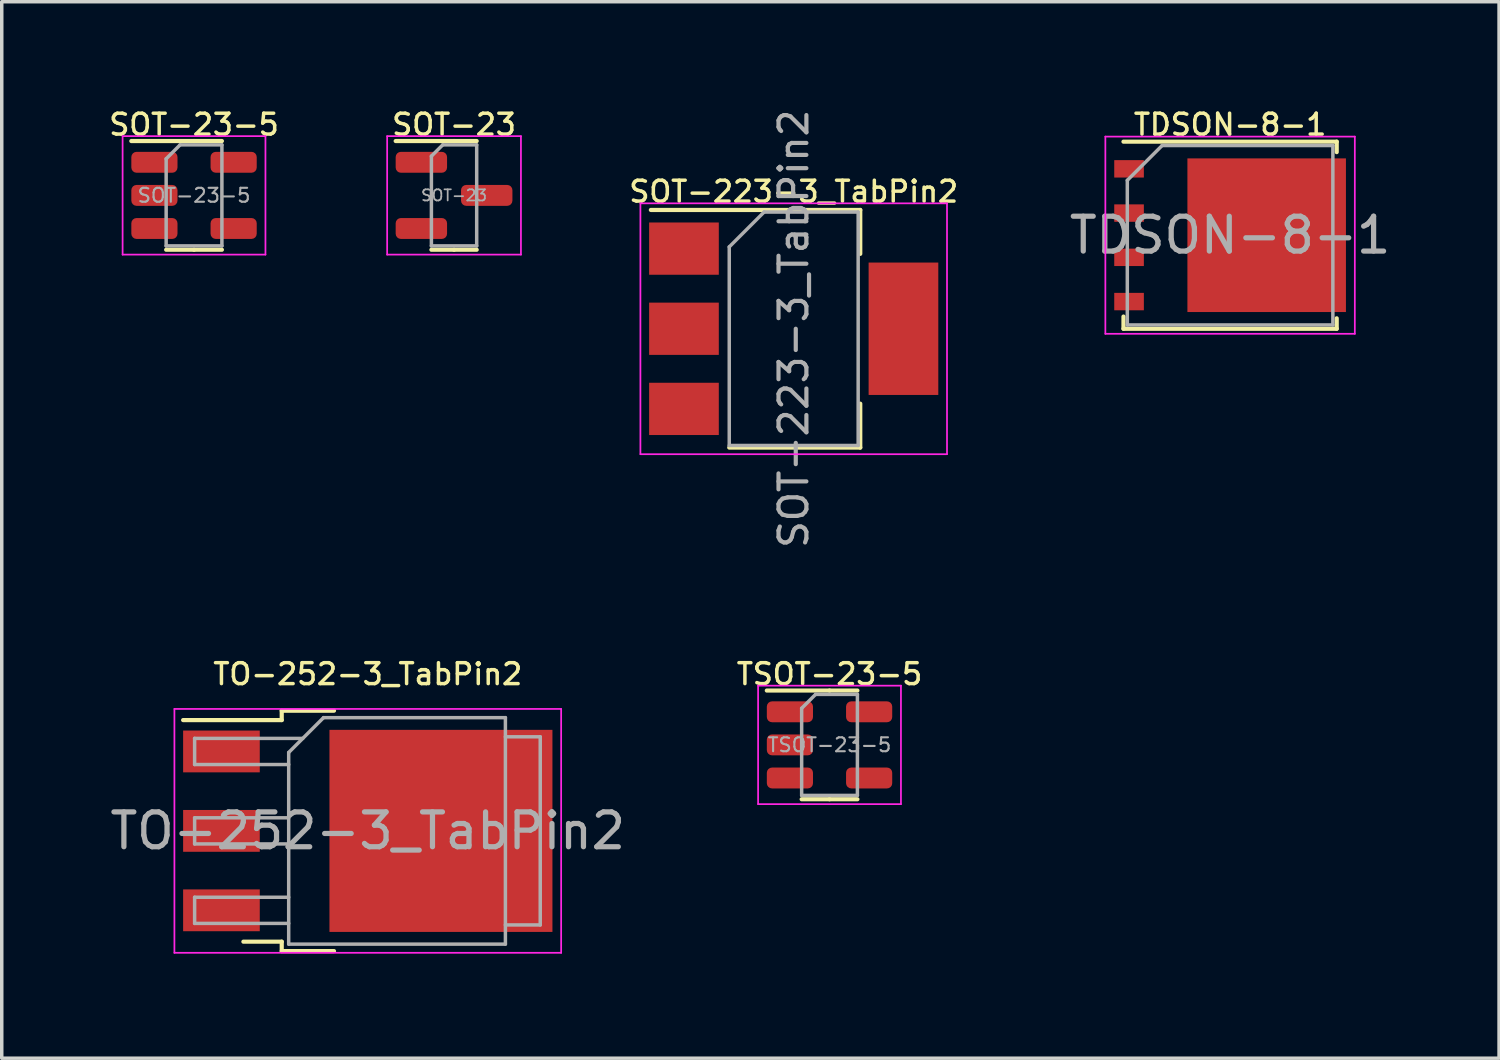
<source format=kicad_pcb>
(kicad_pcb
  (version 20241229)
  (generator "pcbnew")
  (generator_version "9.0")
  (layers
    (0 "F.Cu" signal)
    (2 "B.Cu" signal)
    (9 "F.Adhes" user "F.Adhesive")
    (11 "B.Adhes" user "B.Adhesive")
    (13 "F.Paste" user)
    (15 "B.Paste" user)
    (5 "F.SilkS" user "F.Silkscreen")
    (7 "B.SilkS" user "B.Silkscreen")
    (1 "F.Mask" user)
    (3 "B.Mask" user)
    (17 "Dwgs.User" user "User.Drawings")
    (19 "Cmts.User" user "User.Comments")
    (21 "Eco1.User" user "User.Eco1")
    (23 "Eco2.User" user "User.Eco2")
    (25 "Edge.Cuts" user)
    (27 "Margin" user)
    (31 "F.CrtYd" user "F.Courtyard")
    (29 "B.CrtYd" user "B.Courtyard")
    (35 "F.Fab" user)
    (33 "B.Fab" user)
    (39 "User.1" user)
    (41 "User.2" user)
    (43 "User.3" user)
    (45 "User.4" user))
  (footprint "TSOT-23-5"
    (layer "F.Cu")
    (at 20.759 18.33)
    (property "Reference" "TSOT-23-5" (at 0 -2.032 0) (layer "F.SilkS") (effects (font (size 0.6 0.6) (thickness 0.1))))
    (attr smd)
    (fp_line (start 0 -1.56) (end -1.8 -1.56) (stroke (width 0.12) (type solid)) (layer "F.SilkS"))
    (fp_line (start 0 -1.56) (end 0.8 -1.56) (stroke (width 0.12) (type solid)) (layer "F.SilkS"))
    (fp_line (start 0 1.56) (end -0.8 1.56) (stroke (width 0.12) (type solid)) (layer "F.SilkS"))
    (fp_line (start 0 1.56) (end 0.8 1.56) (stroke (width 0.12) (type solid)) (layer "F.SilkS"))
    (fp_line (start -2.05 -1.7) (end -2.05 1.7) (stroke (width 0.05) (type solid)) (layer "F.CrtYd"))
    (fp_line (start -2.05 1.7) (end 2.05 1.7) (stroke (width 0.05) (type solid)) (layer "F.CrtYd"))
    (fp_line (start 2.05 -1.7) (end -2.05 -1.7) (stroke (width 0.05) (type solid)) (layer "F.CrtYd"))
    (fp_line (start 2.05 1.7) (end 2.05 -1.7) (stroke (width 0.05) (type solid)) (layer "F.CrtYd"))
    (fp_line (start -0.8 -1.05) (end -0.4 -1.45) (stroke (width 0.1) (type solid)) (layer "F.Fab"))
    (fp_line (start -0.8 1.45) (end -0.8 -1.05) (stroke (width 0.1) (type solid)) (layer "F.Fab"))
    (fp_line (start -0.4 -1.45) (end 0.8 -1.45) (stroke (width 0.1) (type solid)) (layer "F.Fab"))
    (fp_line (start 0.8 -1.45) (end 0.8 1.45) (stroke (width 0.1) (type solid)) (layer "F.Fab"))
    (fp_line (start 0.8 1.45) (end -0.8 1.45) (stroke (width 0.1) (type solid)) (layer "F.Fab"))
    (fp_text user "${REFERENCE}" (at 0 0 0) (layer "F.Fab") (effects (font (size 0.4 0.4) (thickness 0.06))))
    (pad "1" smd roundrect (at -1.137 -0.95) (size 1.325 0.6) (layers "F.Cu" "F.Mask" "F.Paste") (roundrect_rratio 0.25))
    (pad "2" smd roundrect (at -1.137 0) (size 1.325 0.6) (layers "F.Cu" "F.Mask" "F.Paste") (roundrect_rratio 0.25))
    (pad "3" smd roundrect (at -1.137 0.95) (size 1.325 0.6) (layers "F.Cu" "F.Mask" "F.Paste") (roundrect_rratio 0.25))
    (pad "4" smd roundrect (at 1.137 0.95) (size 1.325 0.6) (layers "F.Cu" "F.Mask" "F.Paste") (roundrect_rratio 0.25))
    (pad "5" smd roundrect (at 1.137 -0.95) (size 1.325 0.6) (layers "F.Cu" "F.Mask" "F.Paste") (roundrect_rratio 0.25)))
  (footprint "SOT-23"
    (layer "F.Cu")
    (at 9.982 2.558)
    (property "Reference" "SOT-23" (at 0 -2.032 0) (layer "F.SilkS") (effects (font (size 0.6 0.6) (thickness 0.1))))
    (attr smd)
    (fp_line (start 0 -1.56) (end -1.675 -1.56) (stroke (width 0.12) (type solid)) (layer "F.SilkS"))
    (fp_line (start 0 -1.56) (end 0.65 -1.56) (stroke (width 0.12) (type solid)) (layer "F.SilkS"))
    (fp_line (start 0 1.56) (end -0.65 1.56) (stroke (width 0.12) (type solid)) (layer "F.SilkS"))
    (fp_line (start 0 1.56) (end 0.65 1.56) (stroke (width 0.12) (type solid)) (layer "F.SilkS"))
    (fp_line (start -1.92 -1.7) (end -1.92 1.7) (stroke (width 0.05) (type solid)) (layer "F.CrtYd"))
    (fp_line (start -1.92 1.7) (end 1.92 1.7) (stroke (width 0.05) (type solid)) (layer "F.CrtYd"))
    (fp_line (start 1.92 -1.7) (end -1.92 -1.7) (stroke (width 0.05) (type solid)) (layer "F.CrtYd"))
    (fp_line (start 1.92 1.7) (end 1.92 -1.7) (stroke (width 0.05) (type solid)) (layer "F.CrtYd"))
    (fp_line (start -0.65 -1.125) (end -0.325 -1.45) (stroke (width 0.1) (type solid)) (layer "F.Fab"))
    (fp_line (start -0.65 1.45) (end -0.65 -1.125) (stroke (width 0.1) (type solid)) (layer "F.Fab"))
    (fp_line (start -0.325 -1.45) (end 0.65 -1.45) (stroke (width 0.1) (type solid)) (layer "F.Fab"))
    (fp_line (start 0.65 -1.45) (end 0.65 1.45) (stroke (width 0.1) (type solid)) (layer "F.Fab"))
    (fp_line (start 0.65 1.45) (end -0.65 1.45) (stroke (width 0.1) (type solid)) (layer "F.Fab"))
    (fp_text user "${REFERENCE}" (at 0 0 0) (layer "F.Fab") (effects (font (size 0.32 0.32) (thickness 0.05))))
    (pad "1" smd roundrect (at -0.938 -0.95) (size 1.475 0.6) (layers "F.Cu" "F.Mask" "F.Paste") (roundrect_rratio 0.25))
    (pad "2" smd roundrect (at -0.938 0.95) (size 1.475 0.6) (layers "F.Cu" "F.Mask" "F.Paste") (roundrect_rratio 0.25))
    (pad "3" smd roundrect (at 0.938 0) (size 1.475 0.6) (layers "F.Cu" "F.Mask" "F.Paste") (roundrect_rratio 0.25)))
  (footprint "TDSON-8-1"
    (layer "F.Cu")
    (at 32.256 3.701)
    (property "Reference" "TDSON-8-1" (at 0 -3.175 0) (layer "F.SilkS") (effects (font (size 0.6 0.6) (thickness 0.1))))
    (attr smd)
    (fp_line (start -3.06 2.335) (end -3.06 2.685) (stroke (width 0.12) (type solid)) (layer "F.SilkS"))
    (fp_line (start 3.06 -2.685) (end -3.06 -2.685) (stroke (width 0.12) (type solid)) (layer "F.SilkS"))
    (fp_line (start 3.06 -2.385) (end 3.06 -2.685) (stroke (width 0.12) (type solid)) (layer "F.SilkS"))
    (fp_line (start 3.06 2.385) (end 3.06 2.685) (stroke (width 0.12) (type solid)) (layer "F.SilkS"))
    (fp_line (start 3.06 2.685) (end -3.06 2.685) (stroke (width 0.12) (type solid)) (layer "F.SilkS"))
    (fp_line (start -3.58 -2.83) (end -3.58 2.83) (stroke (width 0.05) (type solid)) (layer "F.CrtYd"))
    (fp_line (start -3.58 2.83) (end 3.58 2.83) (stroke (width 0.05) (type solid)) (layer "F.CrtYd"))
    (fp_line (start 3.58 -2.83) (end -3.58 -2.83) (stroke (width 0.05) (type solid)) (layer "F.CrtYd"))
    (fp_line (start 3.58 2.83) (end 3.58 -2.83) (stroke (width 0.05) (type solid)) (layer "F.CrtYd"))
    (fp_line (start -2.95 2.575) (end -2.95 -1.575) (stroke (width 0.1) (type solid)) (layer "F.Fab"))
    (fp_line (start -1.95 -2.575) (end -2.95 -1.575) (stroke (width 0.1) (type solid)) (layer "F.Fab"))
    (fp_line (start -1.95 -2.575) (end 2.95 -2.575) (stroke (width 0.1) (type solid)) (layer "F.Fab"))
    (fp_line (start 2.95 -2.575) (end 2.95 2.575) (stroke (width 0.1) (type solid)) (layer "F.Fab"))
    (fp_line (start 2.95 2.575) (end -2.95 2.575) (stroke (width 0.1) (type solid)) (layer "F.Fab"))
    (fp_text user "${REFERENCE}" (at 0 0 0) (layer "F.Fab") (effects (font (size 1 1) (thickness 0.15))))
    (pad "" smd rect (at -0.2 -0.85) (size 1.5 1.5) (layers "F.Paste"))
    (pad "" smd rect (at -0.2 0.85) (size 1.5 1.5) (layers "F.Paste"))
    (pad "" smd custom (at 0.65 0) (size 3.75 4.41) (layers "F.Mask") (options (anchor rect)) (primitives (gr_poly (pts (xy 2.675 -1.605) (xy 1.875 -1.605) (xy 1.875 -2.205) (xy 2.675 -2.205)) (width 0) (fill yes)) (gr_poly (pts (xy 2.675 -0.335) (xy 1.875 -0.335) (xy 1.875 -0.935) (xy 2.675 -0.935)) (width 0) (fill yes)) (gr_poly (pts (xy 2.675 0.935) (xy 1.875 0.935) (xy 1.875 0.335) (xy 2.675 0.335)) (width 0) (fill yes)) (gr_poly (pts (xy 2.675 2.205) (xy 1.875 2.205) (xy 1.875 1.605) (xy 2.675 1.605)) (width 0) (fill yes))))
    (pad "" smd rect (at 1.5 -0.85) (size 1.5 1.5) (layers "F.Paste"))
    (pad "" smd rect (at 1.5 0.85) (size 1.5 1.5) (layers "F.Paste"))
    (pad "" smd rect (at 2.905 -1.905) (size 0.75 0.5) (layers "F.Paste"))
    (pad "" smd rect (at 2.905 -0.635) (size 0.75 0.5) (layers "F.Paste"))
    (pad "" smd rect (at 2.905 0.635) (size 0.75 0.5) (layers "F.Paste"))
    (pad "" smd rect (at 2.905 1.905) (size 0.75 0.5) (layers "F.Paste"))
    (pad "1" smd rect (at -2.9 -1.905) (size 0.85 0.5) (layers "F.Cu" "F.Mask" "F.Paste"))
    (pad "2" smd rect (at -2.9 -0.635) (size 0.85 0.5) (layers "F.Cu" "F.Mask" "F.Paste"))
    (pad "3" smd rect (at -2.9 0.635) (size 0.85 0.5) (layers "F.Cu" "F.Mask" "F.Paste"))
    (pad "4" smd rect (at -2.9 1.905) (size 0.85 0.5) (layers "F.Cu" "F.Mask" "F.Paste"))
    (pad "5" smd rect (at 1.05 0) (size 4.55 4.41) (layers "F.Cu")))
  (footprint "TO-252-3_TabPin2"
    (layer "F.Cu")
    (at 7.506 20.798)
    (property "Reference" "TO-252-3_TabPin2" (at 0 -4.5 0) (layer "F.SilkS") (effects (font (size 0.6 0.6) (thickness 0.1))))
    (attr smd)
    (fp_line (start -2.47 -3.45) (end -2.47 -3.18) (stroke (width 0.12) (type solid)) (layer "F.SilkS"))
    (fp_line (start -2.47 -3.18) (end -5.3 -3.18) (stroke (width 0.12) (type solid)) (layer "F.SilkS"))
    (fp_line (start -2.47 3.18) (end -3.57 3.18) (stroke (width 0.12) (type solid)) (layer "F.SilkS"))
    (fp_line (start -2.47 3.45) (end -2.47 3.18) (stroke (width 0.12) (type solid)) (layer "F.SilkS"))
    (fp_line (start -0.97 -3.45) (end -2.47 -3.45) (stroke (width 0.12) (type solid)) (layer "F.SilkS"))
    (fp_line (start -0.97 3.45) (end -2.47 3.45) (stroke (width 0.12) (type solid)) (layer "F.SilkS"))
    (fp_line (start -5.55 -3.5) (end -5.55 3.5) (stroke (width 0.05) (type solid)) (layer "F.CrtYd"))
    (fp_line (start -5.55 3.5) (end 5.55 3.5) (stroke (width 0.05) (type solid)) (layer "F.CrtYd"))
    (fp_line (start 5.55 -3.5) (end -5.55 -3.5) (stroke (width 0.05) (type solid)) (layer "F.CrtYd"))
    (fp_line (start 5.55 3.5) (end 5.55 -3.5) (stroke (width 0.05) (type solid)) (layer "F.CrtYd"))
    (fp_line (start -4.97 -2.655) (end -4.97 -1.905) (stroke (width 0.1) (type solid)) (layer "F.Fab"))
    (fp_line (start -4.97 -1.905) (end -2.27 -1.905) (stroke (width 0.1) (type solid)) (layer "F.Fab"))
    (fp_line (start -4.97 -0.375) (end -4.97 0.375) (stroke (width 0.1) (type solid)) (layer "F.Fab"))
    (fp_line (start -4.97 0.375) (end -2.27 0.375) (stroke (width 0.1) (type solid)) (layer "F.Fab"))
    (fp_line (start -4.97 1.905) (end -4.97 2.655) (stroke (width 0.1) (type solid)) (layer "F.Fab"))
    (fp_line (start -4.97 2.655) (end -2.27 2.655) (stroke (width 0.1) (type solid)) (layer "F.Fab"))
    (fp_line (start -2.27 -2.25) (end -1.27 -3.25) (stroke (width 0.1) (type solid)) (layer "F.Fab"))
    (fp_line (start -2.27 -0.375) (end -4.97 -0.375) (stroke (width 0.1) (type solid)) (layer "F.Fab"))
    (fp_line (start -2.27 1.905) (end -4.97 1.905) (stroke (width 0.1) (type solid)) (layer "F.Fab"))
    (fp_line (start -2.27 3.25) (end -2.27 -2.25) (stroke (width 0.1) (type solid)) (layer "F.Fab"))
    (fp_line (start -1.865 -2.655) (end -4.97 -2.655) (stroke (width 0.1) (type solid)) (layer "F.Fab"))
    (fp_line (start -1.27 -3.25) (end 3.95 -3.25) (stroke (width 0.1) (type solid)) (layer "F.Fab"))
    (fp_line (start 3.95 -3.25) (end 3.95 3.25) (stroke (width 0.1) (type solid)) (layer "F.Fab"))
    (fp_line (start 3.95 -2.7) (end 4.95 -2.7) (stroke (width 0.1) (type solid)) (layer "F.Fab"))
    (fp_line (start 3.95 3.25) (end -2.27 3.25) (stroke (width 0.1) (type solid)) (layer "F.Fab"))
    (fp_line (start 4.95 -2.7) (end 4.95 2.7) (stroke (width 0.1) (type solid)) (layer "F.Fab"))
    (fp_line (start 4.95 2.7) (end 3.95 2.7) (stroke (width 0.1) (type solid)) (layer "F.Fab"))
    (fp_text user "${REFERENCE}" (at 0 0 0) (layer "F.Fab") (effects (font (size 1 1) (thickness 0.15))))
    (pad "" smd rect (at 0.425 -1.525) (size 3.05 2.75) (layers "F.Paste"))
    (pad "" smd rect (at 0.425 1.525) (size 3.05 2.75) (layers "F.Paste"))
    (pad "" smd rect (at 3.775 -1.525) (size 3.05 2.75) (layers "F.Paste"))
    (pad "" smd rect (at 3.775 1.525) (size 3.05 2.75) (layers "F.Paste"))
    (pad "1" smd rect (at -4.2 -2.28) (size 2.2 1.2) (layers "F.Cu" "F.Mask" "F.Paste"))
    (pad "2" smd rect (at -4.2 0) (size 2.2 1.2) (layers "F.Cu" "F.Mask" "F.Paste"))
    (pad "2" smd rect (at 2.1 0) (size 6.4 5.8) (layers "F.Cu" "F.Mask"))
    (pad "3" smd rect (at -4.2 2.28) (size 2.2 1.2) (layers "F.Cu" "F.Mask" "F.Paste")))
  (footprint "SOT-23-5"
    (layer "F.Cu")
    (at 2.519 2.558)
    (property "Reference" "SOT-23-5" (at 0 -2.032 0) (layer "F.SilkS") (effects (font (size 0.6 0.6) (thickness 0.1))))
    (attr smd)
    (fp_line (start 0 -1.56) (end -1.8 -1.56) (stroke (width 0.12) (type solid)) (layer "F.SilkS"))
    (fp_line (start 0 -1.56) (end 0.8 -1.56) (stroke (width 0.12) (type solid)) (layer "F.SilkS"))
    (fp_line (start 0 1.56) (end -0.8 1.56) (stroke (width 0.12) (type solid)) (layer "F.SilkS"))
    (fp_line (start 0 1.56) (end 0.8 1.56) (stroke (width 0.12) (type solid)) (layer "F.SilkS"))
    (fp_line (start -2.05 -1.7) (end -2.05 1.7) (stroke (width 0.05) (type solid)) (layer "F.CrtYd"))
    (fp_line (start -2.05 1.7) (end 2.05 1.7) (stroke (width 0.05) (type solid)) (layer "F.CrtYd"))
    (fp_line (start 2.05 -1.7) (end -2.05 -1.7) (stroke (width 0.05) (type solid)) (layer "F.CrtYd"))
    (fp_line (start 2.05 1.7) (end 2.05 -1.7) (stroke (width 0.05) (type solid)) (layer "F.CrtYd"))
    (fp_line (start -0.8 -1.05) (end -0.4 -1.45) (stroke (width 0.1) (type solid)) (layer "F.Fab"))
    (fp_line (start -0.8 1.45) (end -0.8 -1.05) (stroke (width 0.1) (type solid)) (layer "F.Fab"))
    (fp_line (start -0.4 -1.45) (end 0.8 -1.45) (stroke (width 0.1) (type solid)) (layer "F.Fab"))
    (fp_line (start 0.8 -1.45) (end 0.8 1.45) (stroke (width 0.1) (type solid)) (layer "F.Fab"))
    (fp_line (start 0.8 1.45) (end -0.8 1.45) (stroke (width 0.1) (type solid)) (layer "F.Fab"))
    (fp_text user "${REFERENCE}" (at 0 0 0) (layer "F.Fab") (effects (font (size 0.4 0.4) (thickness 0.06))))
    (pad "1" smd roundrect (at -1.137 -0.95) (size 1.325 0.6) (layers "F.Cu" "F.Mask" "F.Paste") (roundrect_rratio 0.25))
    (pad "2" smd roundrect (at -1.137 0) (size 1.325 0.6) (layers "F.Cu" "F.Mask" "F.Paste") (roundrect_rratio 0.25))
    (pad "3" smd roundrect (at -1.137 0.95) (size 1.325 0.6) (layers "F.Cu" "F.Mask" "F.Paste") (roundrect_rratio 0.25))
    (pad "4" smd roundrect (at 1.137 0.95) (size 1.325 0.6) (layers "F.Cu" "F.Mask" "F.Paste") (roundrect_rratio 0.25))
    (pad "5" smd roundrect (at 1.137 -0.95) (size 1.325 0.6) (layers "F.Cu" "F.Mask" "F.Paste") (roundrect_rratio 0.25)))
  (footprint "SOT-223-3_TabPin2"
    (layer "F.Cu")
    (at 19.731 6.386)
    (property "Reference" "SOT-223-3_TabPin2" (at 0 -3.937 0) (layer "F.SilkS") (effects (font (size 0.6 0.6) (thickness 0.1))))
    (attr smd)
    (fp_line (start -4.1 -3.41) (end 1.91 -3.41) (stroke (width 0.12) (type solid)) (layer "F.SilkS"))
    (fp_line (start -1.85 3.41) (end 1.91 3.41) (stroke (width 0.12) (type solid)) (layer "F.SilkS"))
    (fp_line (start 1.91 -3.41) (end 1.91 -2.15) (stroke (width 0.12) (type solid)) (layer "F.SilkS"))
    (fp_line (start 1.91 3.41) (end 1.91 2.15) (stroke (width 0.12) (type solid)) (layer "F.SilkS"))
    (fp_line (start -4.4 -3.6) (end -4.4 3.6) (stroke (width 0.05) (type solid)) (layer "F.CrtYd"))
    (fp_line (start -4.4 3.6) (end 4.4 3.6) (stroke (width 0.05) (type solid)) (layer "F.CrtYd"))
    (fp_line (start 4.4 -3.6) (end -4.4 -3.6) (stroke (width 0.05) (type solid)) (layer "F.CrtYd"))
    (fp_line (start 4.4 3.6) (end 4.4 -3.6) (stroke (width 0.05) (type solid)) (layer "F.CrtYd"))
    (fp_line (start -1.85 -2.35) (end -1.85 3.35) (stroke (width 0.1) (type solid)) (layer "F.Fab"))
    (fp_line (start -1.85 -2.35) (end -0.85 -3.35) (stroke (width 0.1) (type solid)) (layer "F.Fab"))
    (fp_line (start -1.85 3.35) (end 1.85 3.35) (stroke (width 0.1) (type solid)) (layer "F.Fab"))
    (fp_line (start -0.85 -3.35) (end 1.85 -3.35) (stroke (width 0.1) (type solid)) (layer "F.Fab"))
    (fp_line (start 1.85 -3.35) (end 1.85 3.35) (stroke (width 0.1) (type solid)) (layer "F.Fab"))
    (fp_text user "${REFERENCE}" (at 0 0 90) (layer "F.Fab") (effects (font (size 0.8 0.8) (thickness 0.12))))
    (pad "1" smd rect (at -3.15 -2.3) (size 2 1.5) (layers "F.Cu" "F.Mask" "F.Paste"))
    (pad "2" smd rect (at -3.15 0) (size 2 1.5) (layers "F.Cu" "F.Mask" "F.Paste"))
    (pad "2" smd rect (at 3.15 0) (size 2 3.8) (layers "F.Cu" "F.Mask" "F.Paste"))
    (pad "3" smd rect (at -3.15 2.3) (size 2 1.5) (layers "F.Cu" "F.Mask" "F.Paste")))
  (gr_rect
    (start -3 -3)
    (end 39.976 27.323)
    (stroke (width 0.1) (type default))
    (fill no)
    (layer "Edge.Cuts")))
</source>
